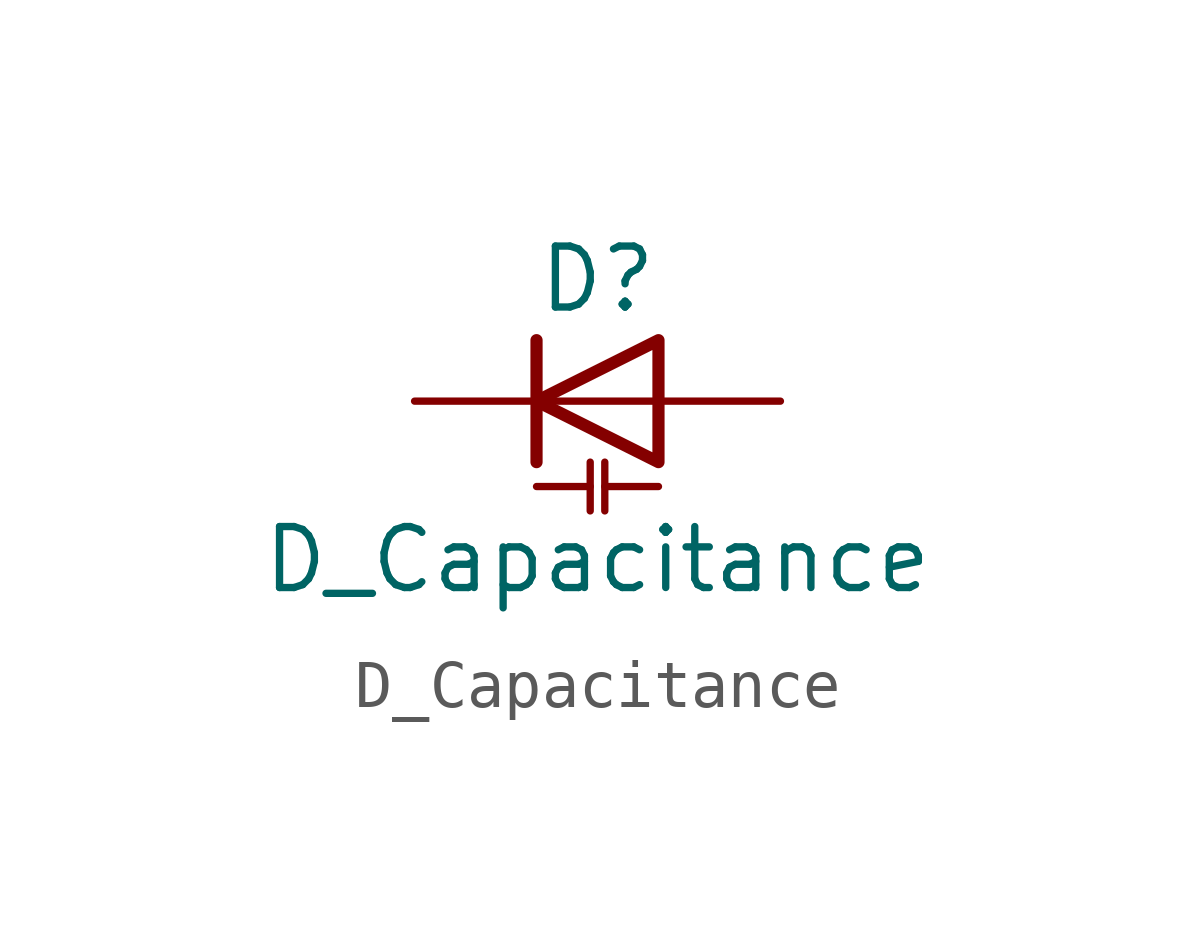
<source format=kicad_sym>
(kicad_symbol_lib
  (version 20241209)
  (generator "kicad_symbol_editor")
  (generator_version "9.0")
  (symbol "D_Capacitance"
    (pin_numbers
      (hide yes))
    (pin_names
      (offset 1.016)
      (hide yes))
    (property "Reference" "D"
      (at 0 2.54 0)
      (effects (font (size 1.27 1.27))))
    (property "Value" "D_Capacitance"
      (at 0 -3.302 0)
      (effects (font (size 1.27 1.27))))
    (symbol "D_Capacitance_0_1"
      (polyline (pts (xy -1.27 1.27) (xy -1.27 -1.27)) (stroke (width 0.254) (type default)) (fill (type none)))
      (polyline (pts (xy -1.27 0) (xy 1.27 0)) (stroke (width 0) (type default)) (fill (type none)))
      (polyline (pts (xy -1.27 -1.778) (xy -0.152 -1.778)) (stroke (width 0) (type default)) (fill (type none)))
      (polyline (pts (xy -0.152 -1.27) (xy -0.152 -2.286)) (stroke (width 0) (type default)) (fill (type none)))
      (polyline (pts (xy 0.152 -1.27) (xy 0.152 -2.286)) (stroke (width 0) (type default)) (fill (type none)))
      (polyline (pts (xy 0.152 -1.778) (xy 1.27 -1.778)) (stroke (width 0) (type default)) (fill (type none)))
      (polyline (pts (xy 1.27 1.27) (xy 1.27 -1.27) (xy -1.27 0) (xy 1.27 1.27)) (stroke (width 0.254) (type default)) (fill (type none))))
    (symbol "D_Capacitance_1_1"
      (pin passive line (at -3.81 0 0) (length 2.54) (name "K" (effects (font (size 1.27 1.27)))) (number "1" (effects (font (size 1.27 1.27)))))
      (pin passive line (at 3.81 0 180) (length 2.54) (name "A" (effects (font (size 1.27 1.27)))) (number "2" (effects (font (size 1.27 1.27))))))))
</source>
